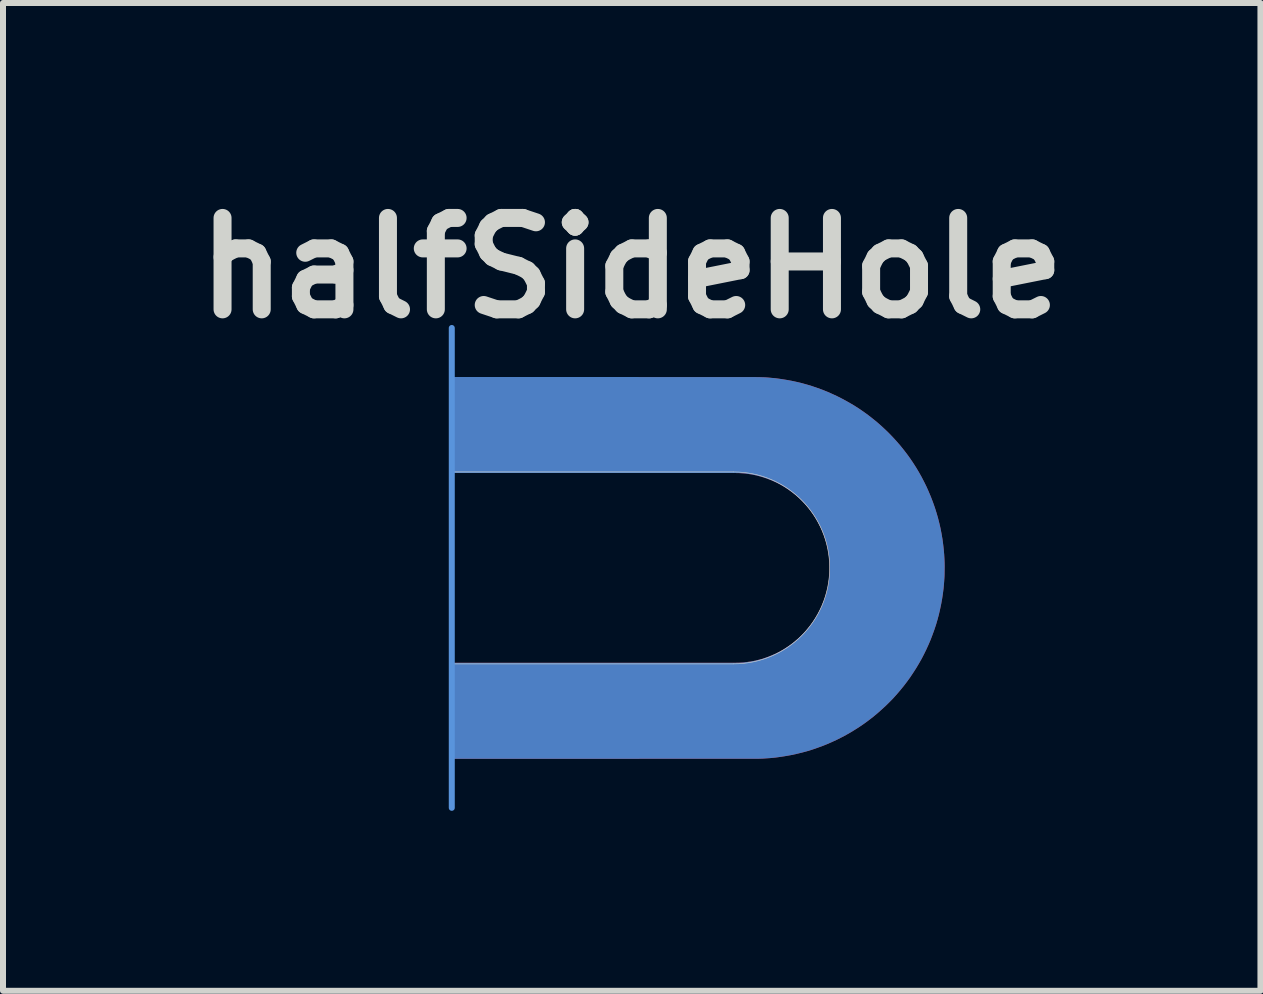
<source format=kicad_pcb>
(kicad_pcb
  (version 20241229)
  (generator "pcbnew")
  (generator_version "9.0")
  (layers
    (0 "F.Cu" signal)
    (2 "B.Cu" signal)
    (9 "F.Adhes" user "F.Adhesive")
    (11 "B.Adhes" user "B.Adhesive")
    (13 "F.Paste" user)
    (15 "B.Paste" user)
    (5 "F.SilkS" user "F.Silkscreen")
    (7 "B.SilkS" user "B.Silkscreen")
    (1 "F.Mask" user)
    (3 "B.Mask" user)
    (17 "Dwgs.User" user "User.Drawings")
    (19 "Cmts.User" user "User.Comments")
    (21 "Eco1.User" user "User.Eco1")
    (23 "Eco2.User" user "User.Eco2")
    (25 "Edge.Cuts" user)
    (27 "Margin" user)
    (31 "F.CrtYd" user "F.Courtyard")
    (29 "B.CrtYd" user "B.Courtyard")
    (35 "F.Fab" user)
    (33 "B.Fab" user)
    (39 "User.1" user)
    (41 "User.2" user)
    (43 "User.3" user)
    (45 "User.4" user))
  (footprint "halfSideHole"
    (layer "F.Cu")
    (at 4.482 6.418)
    (property "Reference" "halfSideHole" (at 3 -5 0) (layer "Edge.Cuts") (effects (font (size 1.524 1.524) (thickness 0.3))))
    (attr through_hole)
    (fp_line (start 0 -4) (end 0 4) (stroke (width 0.1) (type solid)) (layer "Cmts.User"))
    (fp_line (start 0 -1.6) (end 0 1.6) (stroke (width 0.01) (type solid)) (layer "Edge.Cuts"))
    (fp_line (start 0 1.6) (end 4.7 1.6) (stroke (width 0.01) (type solid)) (layer "Edge.Cuts"))
    (fp_line (start 4.7 -1.6) (end 0 -1.6) (stroke (width 0.01) (type solid)) (layer "Edge.Cuts"))
    (fp_arc (start 4.7 -1.6) (mid 6.3 0) (end 4.7 1.6) (stroke (width 0.01) (type solid)) (layer "Edge.Cuts"))
    (pad "" np_thru_hole custom (at 7.259 0) (size 1.524 1.524) (drill 0.0001) (layers "*.Cu" "*.Mask") (options (anchor rect)) (primitives (gr_poly (pts (xy -4.727 -3.178) (xy -4.623 -3.178) (xy -4.521 -3.178) (xy -4.421 -3.178) (xy -4.322 -3.178) (xy -4.226 -3.178) (xy -4.132 -3.177) (xy -4.04 -3.177) (xy -3.949 -3.177) (xy -3.861 -3.177) (xy -3.775 -3.177) (xy -3.691 -3.177) (xy -3.609 -3.177) (xy -3.529 -3.177) (xy -3.451 -3.177) (xy -3.375 -3.177) (xy -3.302 -3.177) (xy -3.23 -3.177) (xy -3.161 -3.177) (xy -3.094 -3.177) (xy -3.029 -3.177) (xy -2.966 -3.177) (xy -2.906 -3.177) (xy -2.848 -3.177) (xy -2.792 -3.177) (xy -2.738 -3.177) (xy -2.686 -3.177) (xy -2.637 -3.177) (xy -2.59 -3.177) (xy -2.546 -3.177) (xy -2.503 -3.177) (xy -2.463 -3.177) (xy -2.426 -3.177) (xy -2.39 -3.177) (xy -2.357 -3.177) (xy -2.327 -3.177) (xy -2.299 -3.177) (xy -2.273 -3.177) (xy -2.249 -3.177) (xy -2.229 -3.177) (xy -2.21 -3.177) (xy -2.194 -3.177) (xy -2.181 -3.176) (xy -2.17 -3.176) (xy -2.161 -3.176) (xy -2.155 -3.176) (xy -2.152 -3.176) (xy -2.151 -3.176) (xy -2.093 -3.174) (xy -2.037 -3.172) (xy -1.982 -3.168) (xy -1.928 -3.163) (xy -1.873 -3.158) (xy -1.819 -3.151) (xy -1.769 -3.144) (xy -1.681 -3.13) (xy -1.593 -3.114) (xy -1.506 -3.095) (xy -1.419 -3.074) (xy -1.333 -3.05) (xy -1.248 -3.024) (xy -1.164 -2.995) (xy -1.081 -2.965) (xy -0.999 -2.932) (xy -0.918 -2.896) (xy -0.838 -2.859) (xy -0.759 -2.819) (xy -0.681 -2.777) (xy -0.604 -2.733) (xy -0.528 -2.687) (xy -0.454 -2.639) (xy -0.381 -2.588) (xy -0.31 -2.536) (xy -0.24 -2.481) (xy -0.171 -2.425) (xy -0.104 -2.366) (xy -0.038 -2.305) (xy 0.026 -2.243) (xy 0.034 -2.235) (xy 0.096 -2.17) (xy 0.157 -2.103) (xy 0.216 -2.035) (xy 0.272 -1.965) (xy 0.327 -1.894) (xy 0.379 -1.822) (xy 0.429 -1.748) (xy 0.477 -1.673) (xy 0.523 -1.596) (xy 0.567 -1.518) (xy 0.608 -1.439) (xy 0.648 -1.358) (xy 0.685 -1.276) (xy 0.72 -1.193) (xy 0.728 -1.173) (xy 0.76 -1.089) (xy 0.79 -1.004) (xy 0.817 -0.919) (xy 0.842 -0.833) (xy 0.864 -0.746) (xy 0.884 -0.659) (xy 0.901 -0.571) (xy 0.916 -0.483) (xy 0.928 -0.394) (xy 0.938 -0.305) (xy 0.945 -0.226) (xy 0.949 -0.158) (xy 0.952 -0.089) (xy 0.953 -0.019) (xy 0.952 0.051) (xy 0.951 0.121) (xy 0.949 0.164) (xy 0.943 0.252) (xy 0.935 0.34) (xy 0.924 0.428) (xy 0.911 0.515) (xy 0.895 0.603) (xy 0.877 0.689) (xy 0.857 0.776) (xy 0.834 0.862) (xy 0.809 0.947) (xy 0.781 1.031) (xy 0.752 1.111) (xy 0.72 1.195) (xy 0.685 1.277) (xy 0.648 1.358) (xy 0.609 1.438) (xy 0.568 1.517) (xy 0.524 1.594) (xy 0.478 1.671) (xy 0.43 1.745) (xy 0.381 1.819) (xy 0.329 1.891) (xy 0.275 1.962) (xy 0.219 2.031) (xy 0.161 2.099) (xy 0.102 2.165) (xy 0.04 2.229) (xy -0.023 2.291) (xy -0.089 2.352) (xy -0.155 2.411) (xy -0.224 2.469) (xy -0.239 2.481) (xy -0.31 2.536) (xy -0.382 2.589) (xy -0.456 2.64) (xy -0.531 2.688) (xy -0.607 2.735) (xy -0.684 2.779) (xy -0.763 2.821) (xy -0.842 2.861) (xy -0.923 2.898) (xy -1.004 2.934) (xy -1.087 2.967) (xy -1.17 2.997) (xy -1.254 3.026) (xy -1.339 3.052) (xy -1.425 3.075) (xy -1.512 3.096) (xy -1.599 3.115) (xy -1.687 3.131) (xy -1.775 3.145) (xy -1.864 3.157) (xy -1.953 3.166) (xy -1.958 3.166) (xy -1.987 3.168) (xy -2.016 3.17) (xy -2.044 3.172) (xy -2.073 3.174) (xy -2.103 3.175) (xy -2.135 3.176) (xy -2.151 3.176) (xy -2.155 3.176) (xy -2.16 3.176) (xy -2.169 3.176) (xy -2.18 3.176) (xy -2.193 3.177) (xy -2.209 3.177) (xy -2.227 3.177) (xy -2.248 3.177) (xy -2.271 3.177) (xy -2.296 3.177) (xy -2.324 3.177) (xy -2.355 3.177) (xy -2.388 3.177) (xy -2.423 3.177) (xy -2.46 3.177) (xy -2.5 3.177) (xy -2.542 3.177) (xy -2.587 3.177) (xy -2.633 3.177) (xy -2.683 3.177) (xy -2.734 3.177) (xy -2.787 3.177) (xy -2.843 3.177) (xy -2.901 3.177) (xy -2.962 3.177) (xy -3.024 3.177) (xy -3.089 3.177) (xy -3.156 3.177) (xy -3.225 3.177) (xy -3.296 3.177) (xy -3.37 3.177) (xy -3.445 3.177) (xy -3.523 3.177) (xy -3.603 3.177) (xy -3.684 3.177) (xy -3.768 3.177) (xy -3.854 3.177) (xy -3.942 3.177) (xy -4.032 3.177) (xy -4.125 3.177) (xy -4.219 3.178) (xy -4.315 3.178) (xy -4.413 3.178) (xy -4.513 3.178) (xy -4.615 3.178) (xy -4.719 3.178) (xy -4.727 3.178) (xy -7.254 3.178) (xy -7.254 1.587) (xy -4.875 1.587) (xy -4.775 1.587) (xy -4.677 1.587) (xy -4.58 1.587) (xy -4.486 1.587) (xy -4.394 1.587) (xy -4.303 1.587) (xy -4.215 1.587) (xy -4.128 1.587) (xy -4.044 1.587) (xy -3.962 1.587) (xy -3.881 1.587) (xy -3.803 1.587) (xy -3.727 1.587) (xy -3.653 1.587) (xy -3.581 1.587) (xy -3.511 1.587) (xy -3.443 1.587) (xy -3.378 1.587) (xy -3.314 1.587) (xy -3.253 1.587) (xy -3.194 1.587) (xy -3.137 1.587) (xy -3.083 1.587) (xy -3.03 1.587) (xy -2.98 1.587) (xy -2.932 1.587) (xy -2.887 1.587) (xy -2.843 1.587) (xy -2.802 1.587) (xy -2.764 1.587) (xy -2.727 1.587) (xy -2.693 1.587) (xy -2.662 1.587) (xy -2.632 1.587) (xy -2.605 1.587) (xy -2.581 1.587) (xy -2.559 1.587) (xy -2.539 1.587) (xy -2.522 1.587) (xy -2.507 1.586) (xy -2.495 1.586) (xy -2.485 1.586) (xy -2.478 1.586) (xy -2.473 1.586) (xy -2.471 1.586) (xy -2.406 1.582) (xy -2.343 1.575) (xy -2.28 1.566) (xy -2.218 1.555) (xy -2.157 1.541) (xy -2.097 1.525) (xy -2.037 1.506) (xy -1.978 1.485) (xy -1.92 1.461) (xy -1.862 1.436) (xy -1.827 1.419) (xy -1.773 1.39) (xy -1.719 1.359) (xy -1.668 1.326) (xy -1.617 1.292) (xy -1.568 1.255) (xy -1.52 1.216) (xy -1.476 1.178) (xy -1.469 1.172) (xy -1.461 1.164) (xy -1.452 1.155) (xy -1.442 1.146) (xy -1.431 1.135) (xy -1.42 1.124) (xy -1.409 1.113) (xy -1.398 1.102) (xy -1.388 1.092) (xy -1.379 1.083) (xy -1.371 1.074) (xy -1.365 1.067) (xy -1.363 1.066) (xy -1.323 1.019) (xy -1.285 0.972) (xy -1.25 0.925) (xy -1.216 0.876) (xy -1.185 0.827) (xy -1.155 0.776) (xy -1.127 0.723) (xy -1.119 0.707) (xy -1.091 0.649) (xy -1.067 0.59) (xy -1.044 0.531) (xy -1.024 0.471) (xy -1.007 0.411) (xy -0.991 0.349) (xy -0.979 0.288) (xy -0.969 0.225) (xy -0.963 0.184) (xy -0.961 0.161) (xy -0.959 0.14) (xy -0.957 0.12) (xy -0.956 0.099) (xy -0.955 0.079) (xy -0.954 0.058) (xy -0.953 0.036) (xy -0.953 0.012) (xy -0.953 0) (xy -0.953 -0.025) (xy -0.954 -0.048) (xy -0.954 -0.069) (xy -0.955 -0.09) (xy -0.956 -0.11) (xy -0.958 -0.13) (xy -0.96 -0.151) (xy -0.962 -0.173) (xy -0.963 -0.184) (xy -0.972 -0.247) (xy -0.983 -0.309) (xy -0.996 -0.37) (xy -1.012 -0.431) (xy -1.031 -0.491) (xy -1.051 -0.551) (xy -1.074 -0.609) (xy -1.1 -0.667) (xy -1.127 -0.724) (xy -1.157 -0.779) (xy -1.189 -0.834) (xy -1.207 -0.863) (xy -1.236 -0.905) (xy -1.266 -0.947) (xy -1.298 -0.989) (xy -1.332 -1.03) (xy -1.363 -1.065) (xy -1.369 -1.072) (xy -1.376 -1.08) (xy -1.385 -1.089) (xy -1.395 -1.099) (xy -1.406 -1.11) (xy -1.417 -1.121) (xy -1.428 -1.132) (xy -1.439 -1.143) (xy -1.449 -1.153) (xy -1.459 -1.162) (xy -1.467 -1.17) (xy -1.474 -1.177) (xy -1.476 -1.178) (xy -1.524 -1.22) (xy -1.575 -1.26) (xy -1.626 -1.298) (xy -1.678 -1.333) (xy -1.732 -1.367) (xy -1.787 -1.398) (xy -1.843 -1.427) (xy -1.9 -1.453) (xy -1.959 -1.477) (xy -2.018 -1.499) (xy -2.078 -1.519) (xy -2.139 -1.536) (xy -2.201 -1.551) (xy -2.236 -1.558) (xy -2.285 -1.567) (xy -2.335 -1.574) (xy -2.386 -1.58) (xy -2.439 -1.584) (xy -2.471 -1.586) (xy -2.473 -1.586) (xy -2.478 -1.586) (xy -2.485 -1.586) (xy -2.495 -1.586) (xy -2.508 -1.586) (xy -2.522 -1.587) (xy -2.54 -1.587) (xy -2.559 -1.587) (xy -2.582 -1.587) (xy -2.606 -1.587) (xy -2.633 -1.587) (xy -2.663 -1.587) (xy -2.694 -1.587) (xy -2.728 -1.587) (xy -2.765 -1.587) (xy -2.804 -1.587) (xy -2.845 -1.587) (xy -2.888 -1.587) (xy -2.934 -1.587) (xy -2.982 -1.587) (xy -3.032 -1.587) (xy -3.084 -1.587) (xy -3.139 -1.587) (xy -3.196 -1.587) (xy -3.255 -1.587) (xy -3.316 -1.587) (xy -3.38 -1.587) (xy -3.445 -1.587) (xy -3.513 -1.587) (xy -3.583 -1.587) (xy -3.655 -1.587) (xy -3.729 -1.587) (xy -3.806 -1.587) (xy -3.884 -1.587) (xy -3.964 -1.587) (xy -4.047 -1.587) (xy -4.131 -1.587) (xy -4.218 -1.587) (xy -4.306 -1.587) (xy -4.397 -1.587) (xy -4.489 -1.587) (xy -4.584 -1.587) (xy -4.68 -1.587) (xy -4.778 -1.587) (xy -4.875 -1.587) (xy -7.254 -1.587) (xy -7.254 -3.178) (xy -4.727 -3.178)) (width 0.01) (fill yes)))))
  (gr_rect
    (start -3 -3)
    (end 17.964 13.468)
    (stroke (width 0.1) (type default))
    (fill no)
    (layer "Edge.Cuts")))
</source>
